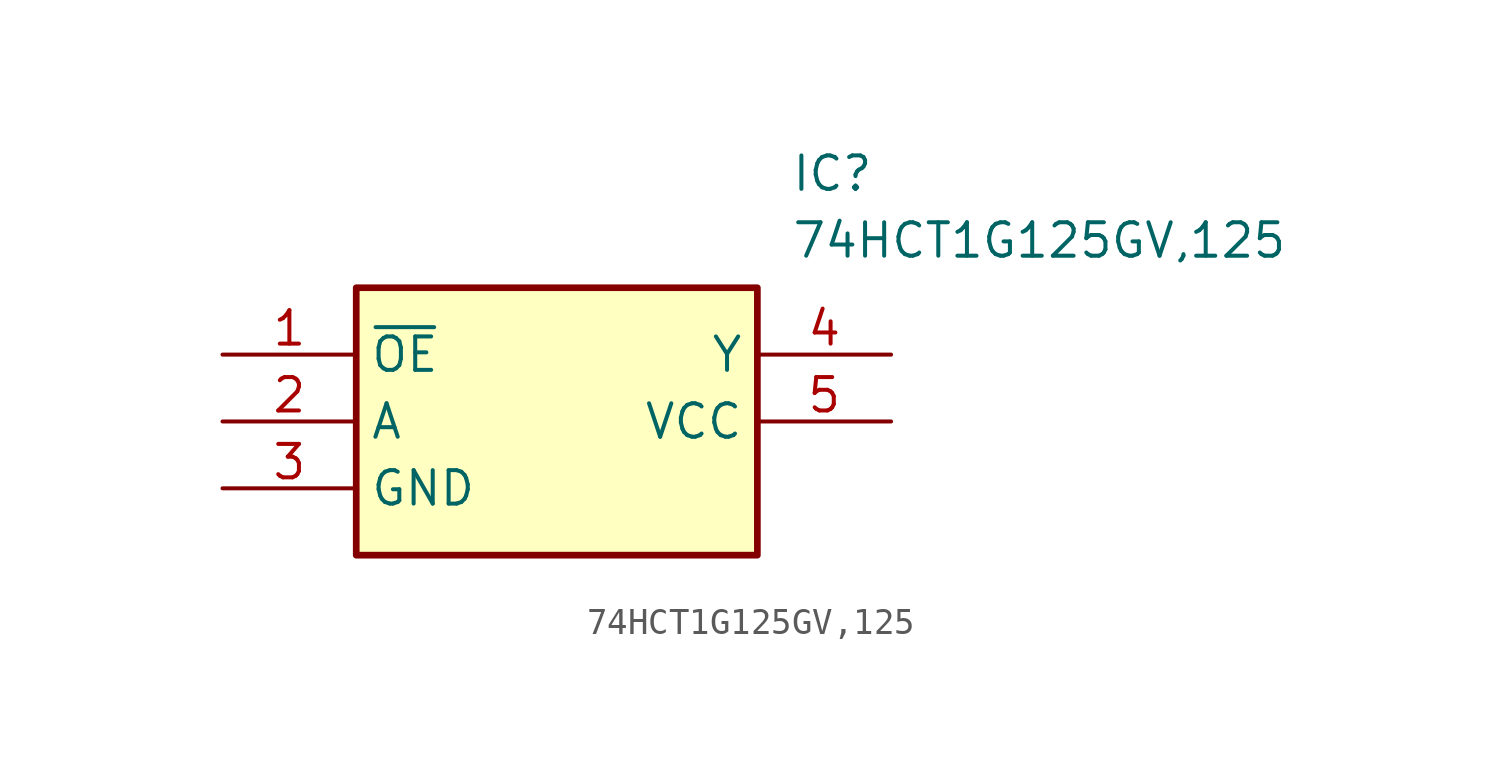
<source format=kicad_sym>
(kicad_symbol_lib
  (version 20211014)
  (generator SamacSys_ECAD_Model)
  (symbol "74HCT1G125GV,125"
    (property "Reference" "IC"
      (at 21.59 7.62 0)
      (effects (font (size 1.27 1.27)) (justify left top)))
    (property "Value" "74HCT1G125GV,125"
      (at 21.59 5.08 0)
      (effects (font (size 1.27 1.27)) (justify left top)))
    (rectangle
      (start 5.08 2.54)
      (end 20.32 -7.62)
      (stroke (width 0.254) (type default))
      (fill (type background)))
    (pin passive line
      (at 0 0 0)
      (length 5.08)
      (name "~{OE}" (effects (font (size 1.27 1.27))))
      (number "1" (effects (font (size 1.27 1.27)))))
    (pin passive line
      (at 0 -2.54 0)
      (length 5.08)
      (name "A" (effects (font (size 1.27 1.27))))
      (number "2" (effects (font (size 1.27 1.27)))))
    (pin passive line
      (at 0 -5.08 0)
      (length 5.08)
      (name "GND" (effects (font (size 1.27 1.27))))
      (number "3" (effects (font (size 1.27 1.27)))))
    (pin passive line
      (at 25.4 0 180)
      (length 5.08)
      (name "Y" (effects (font (size 1.27 1.27))))
      (number "4" (effects (font (size 1.27 1.27)))))
    (pin passive line
      (at 25.4 -2.54 180)
      (length 5.08)
      (name "VCC" (effects (font (size 1.27 1.27))))
      (number "5" (effects (font (size 1.27 1.27)))))))
</source>
